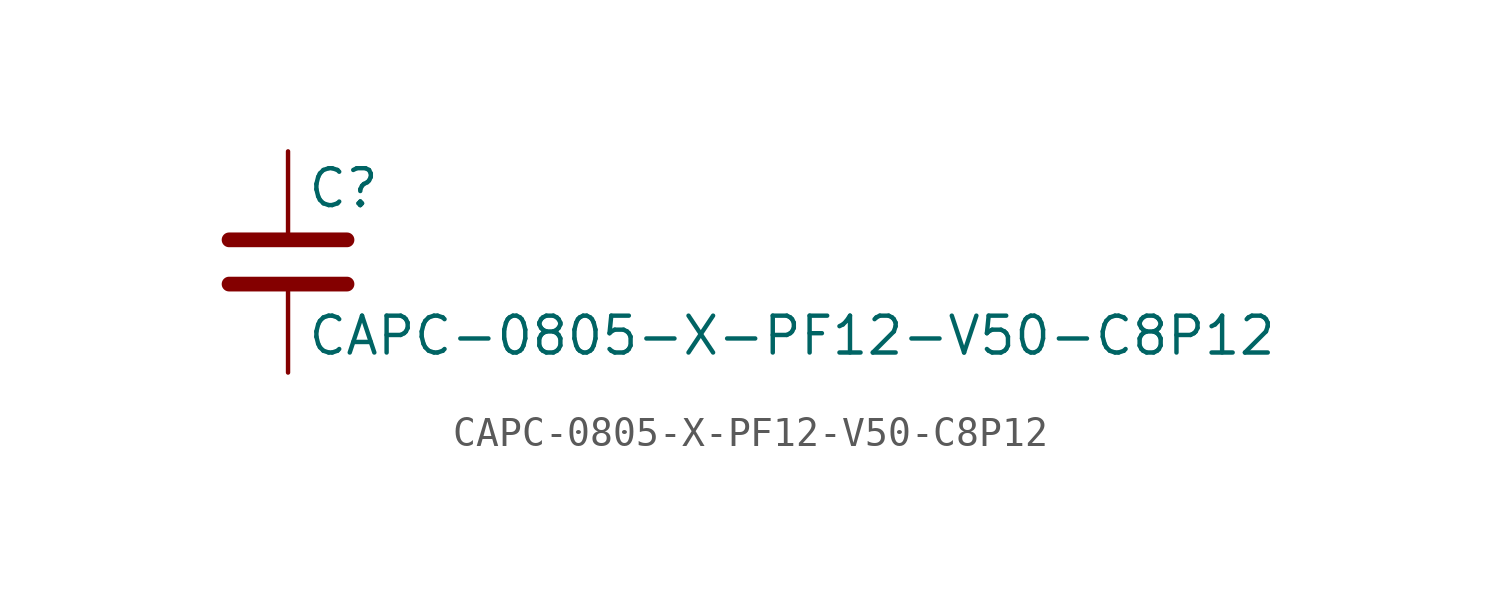
<source format=kicad_sym>
(kicad_symbol_lib
  (version 20211014)
  (generator kicad_symbol_editor)
  (symbol "CAPC-0805-X-PF12-V50-C8P12"
    (pin_numbers hide)
    (pin_names
      (offset 0.254))
    (property "Reference" "C"
      (at 0.635 2.54 0)
      (effects (font (size 1.27 1.27)) (justify left)))
    (property "Value" "CAPC-0805-X-PF12-V50-C8P12"
      (at 0.635 -2.54 0)
      (effects (font (size 1.27 1.27)) (justify left)))
    (symbol "CAPC-0805-X-PF12-V50-C8P12_0_1"
      (polyline (pts (xy -2.032 -0.762) (xy 2.032 -0.762)) (stroke (width 0.508) (type default) (color 0 0 0 0)) (fill (type none)))
      (polyline (pts (xy -2.032 0.762) (xy 2.032 0.762)) (stroke (width 0.508) (type default) (color 0 0 0 0)) (fill (type none))))
    (symbol "CAPC-0805-X-PF12-V50-C8P12_1_1"
      (pin passive line (at 0 3.81 270) (length 2.794) (name "~" (effects (font (size 1.27 1.27)))) (number "1" (effects (font (size 1.27 1.27)))))
      (pin passive line (at 0 -3.81 90) (length 2.794) (name "~" (effects (font (size 1.27 1.27)))) (number "2" (effects (font (size 1.27 1.27))))))))
</source>
